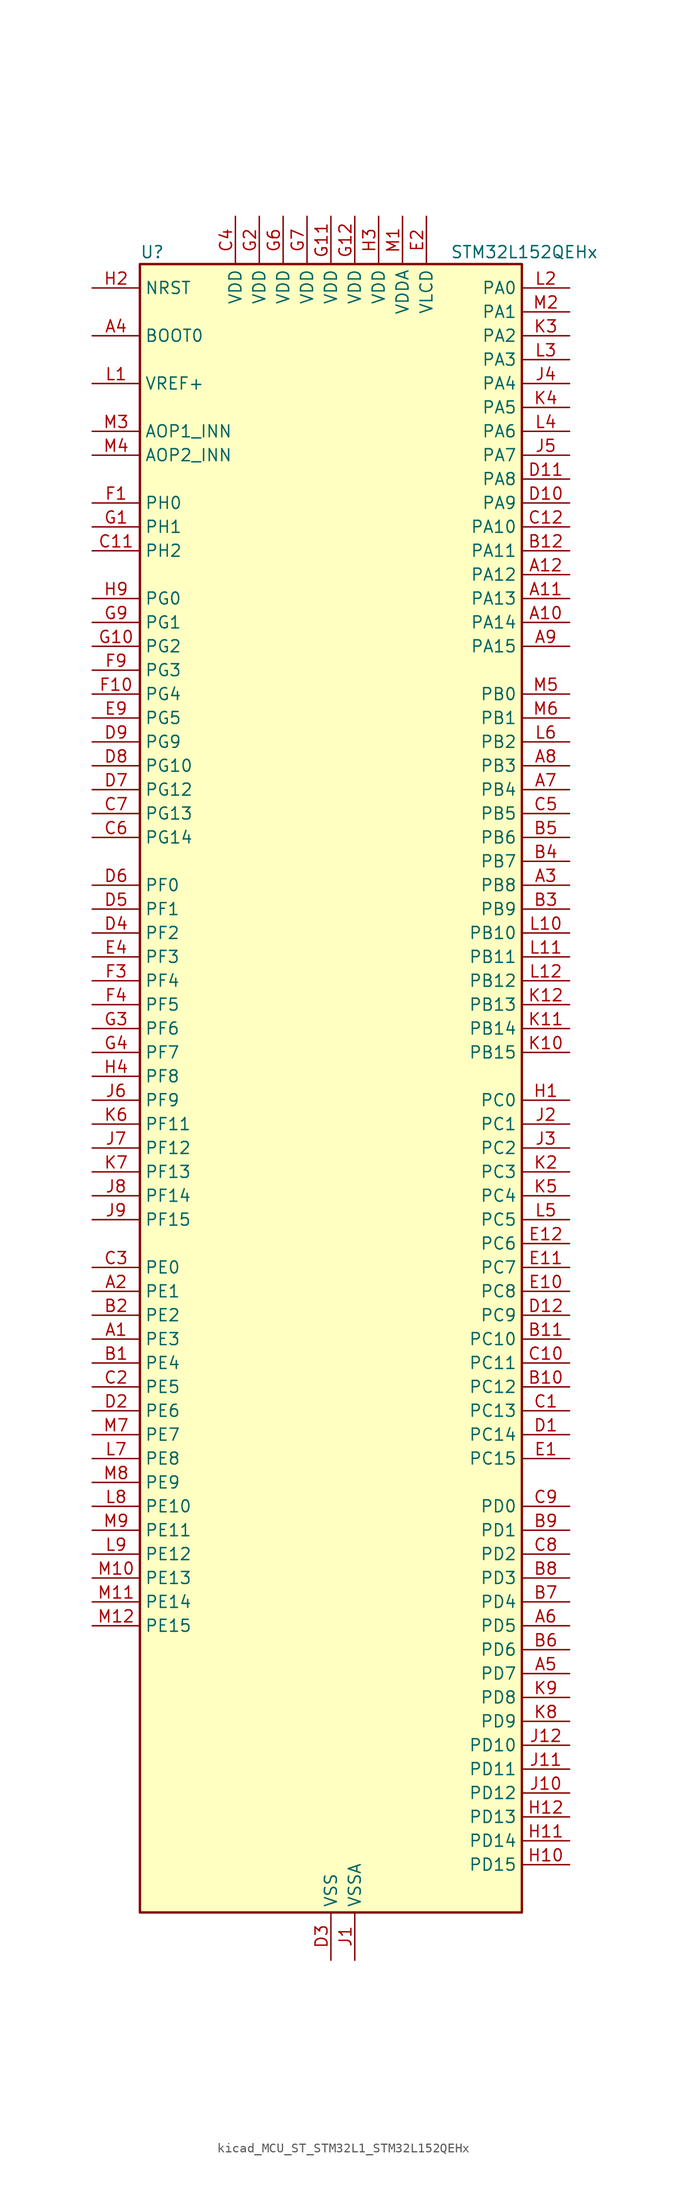
<source format=kicad_sym>
(kicad_symbol_lib
  (version 20220914)
  (generator kicad_symbol_editor)
  (symbol "kicad_MCU_ST_STM32L1_STM32L152QEHx"
    (property "Reference" "U"
      (at -20.32 90.17 0)
      (effects (font (size 1.27 1.27)) (justify left)))
    (property "Value" "STM32L152QEHx"
      (at 12.7 90.17 0)
      (effects (font (size 1.27 1.27)) (justify left)))
    (property "ki_locked" ""
      (at 0 0 0)
      (effects (font (size 1.27 1.27))))
    (symbol "kicad_MCU_ST_STM32L1_STM32L152QEHx_0_1"
      (rectangle (start -20.32 -86.36) (end 20.32 88.9) (stroke (width 0.254) (type default)) (fill (type background))))
    (symbol "kicad_MCU_ST_STM32L1_STM32L152QEHx_1_1"
      (pin bidirectional line (at -25.4 -25.4 0) (length 5.08) (name "PE3" (effects (font (size 1.27 1.27)))) (number "A1" (effects (font (size 1.27 1.27)))) (alternate "LCD_SEG39" bidirectional line) (alternate "SYS_TRACED0" bidirectional line) (alternate "TIM3_CH1" bidirectional line) (alternate "TIMX_IC4" bidirectional line))
      (pin bidirectional line (at 25.4 50.8 180) (length 5.08) (name "PA14" (effects (font (size 1.27 1.27)))) (number "A10" (effects (font (size 1.27 1.27)))) (alternate "SYS_JTCK-SWCLK" bidirectional line) (alternate "TIMX_IC3" bidirectional line) (alternate "TS_G5_IO2" bidirectional line))
      (pin bidirectional line (at 25.4 53.34 180) (length 5.08) (name "PA13" (effects (font (size 1.27 1.27)))) (number "A11" (effects (font (size 1.27 1.27)))) (alternate "SYS_JTMS-SWDIO" bidirectional line) (alternate "TIMX_IC2" bidirectional line) (alternate "TS_G5_IO1" bidirectional line))
      (pin bidirectional line (at 25.4 55.88 180) (length 5.08) (name "PA12" (effects (font (size 1.27 1.27)))) (number "A12" (effects (font (size 1.27 1.27)))) (alternate "SPI1_MOSI" bidirectional line) (alternate "TIMX_IC1" bidirectional line) (alternate "USART1_RTS" bidirectional line) (alternate "USB_DP" bidirectional line))
      (pin bidirectional line (at -25.4 -20.32 0) (length 5.08) (name "PE1" (effects (font (size 1.27 1.27)))) (number "A2" (effects (font (size 1.27 1.27)))) (alternate "LCD_SEG37" bidirectional line) (alternate "TIM11_CH1" bidirectional line) (alternate "TIMX_IC2" bidirectional line))
      (pin bidirectional line (at 25.4 22.86 180) (length 5.08) (name "PB8" (effects (font (size 1.27 1.27)))) (number "A3" (effects (font (size 1.27 1.27)))) (alternate "I2C1_SCL" bidirectional line) (alternate "LCD_SEG16" bidirectional line) (alternate "TIM10_CH1" bidirectional line) (alternate "TIM4_CH3" bidirectional line))
      (pin input line (at -25.4 81.28 0) (length 5.08) (name "BOOT0" (effects (font (size 1.27 1.27)))) (number "A4" (effects (font (size 1.27 1.27)))))
      (pin bidirectional line (at 25.4 -60.96 180) (length 5.08) (name "PD7" (effects (font (size 1.27 1.27)))) (number "A5" (effects (font (size 1.27 1.27)))) (alternate "TIM9_CH2" bidirectional line) (alternate "TIMX_IC4" bidirectional line) (alternate "USART2_CK" bidirectional line))
      (pin bidirectional line (at 25.4 -55.88 180) (length 5.08) (name "PD5" (effects (font (size 1.27 1.27)))) (number "A6" (effects (font (size 1.27 1.27)))) (alternate "TIMX_IC2" bidirectional line) (alternate "USART2_TX" bidirectional line))
      (pin bidirectional line (at 25.4 33.02 180) (length 5.08) (name "PB4" (effects (font (size 1.27 1.27)))) (number "A7" (effects (font (size 1.27 1.27)))) (alternate "COMP2_INP" bidirectional line) (alternate "LCD_SEG8" bidirectional line) (alternate "SPI1_MISO" bidirectional line) (alternate "SPI3_MISO" bidirectional line) (alternate "SYS_JTRST" bidirectional line) (alternate "TIM3_CH1" bidirectional line) (alternate "TS_G6_IO1" bidirectional line))
      (pin bidirectional line (at 25.4 35.56 180) (length 5.08) (name "PB3" (effects (font (size 1.27 1.27)))) (number "A8" (effects (font (size 1.27 1.27)))) (alternate "COMP2_INM" bidirectional line) (alternate "I2S3_CK" bidirectional line) (alternate "LCD_SEG7" bidirectional line) (alternate "SPI1_SCK" bidirectional line) (alternate "SPI3_SCK" bidirectional line) (alternate "SYS_JTDO-TRACESWO" bidirectional line) (alternate "TIM2_CH2" bidirectional line))
      (pin bidirectional line (at 25.4 48.26 180) (length 5.08) (name "PA15" (effects (font (size 1.27 1.27)))) (number "A9" (effects (font (size 1.27 1.27)))) (alternate "ADC_EXTI15" bidirectional line) (alternate "I2S3_WS" bidirectional line) (alternate "LCD_SEG17" bidirectional line) (alternate "SPI1_NSS" bidirectional line) (alternate "SPI3_NSS" bidirectional line) (alternate "SYS_JTDI" bidirectional line) (alternate "TIM2_CH1" bidirectional line) (alternate "TIM2_ETR" bidirectional line) (alternate "TIMX_IC4" bidirectional line) (alternate "TS_G5_IO3" bidirectional line))
      (pin bidirectional line (at -25.4 -27.94 0) (length 5.08) (name "PE4" (effects (font (size 1.27 1.27)))) (number "B1" (effects (font (size 1.27 1.27)))) (alternate "SYS_TRACED1" bidirectional line) (alternate "TIM3_CH2" bidirectional line) (alternate "TIMX_IC1" bidirectional line))
      (pin bidirectional line (at 25.4 -30.48 180) (length 5.08) (name "PC12" (effects (font (size 1.27 1.27)))) (number "B10" (effects (font (size 1.27 1.27)))) (alternate "I2S3_SD" bidirectional line) (alternate "LCD_COM6" bidirectional line) (alternate "LCD_SEG30" bidirectional line) (alternate "LCD_SEG42" bidirectional line) (alternate "SPI3_MOSI" bidirectional line) (alternate "TIMX_IC1" bidirectional line) (alternate "UART5_TX" bidirectional line) (alternate "USART3_CK" bidirectional line))
      (pin bidirectional line (at 25.4 -25.4 180) (length 5.08) (name "PC10" (effects (font (size 1.27 1.27)))) (number "B11" (effects (font (size 1.27 1.27)))) (alternate "I2S3_CK" bidirectional line) (alternate "LCD_COM4" bidirectional line) (alternate "LCD_SEG28" bidirectional line) (alternate "LCD_SEG40" bidirectional line) (alternate "SPI3_SCK" bidirectional line) (alternate "TIMX_IC3" bidirectional line) (alternate "UART4_TX" bidirectional line) (alternate "USART3_TX" bidirectional line))
      (pin bidirectional line (at 25.4 58.42 180) (length 5.08) (name "PA11" (effects (font (size 1.27 1.27)))) (number "B12" (effects (font (size 1.27 1.27)))) (alternate "ADC_EXTI11" bidirectional line) (alternate "SPI1_MISO" bidirectional line) (alternate "TIMX_IC4" bidirectional line) (alternate "USART1_CTS" bidirectional line) (alternate "USB_DM" bidirectional line))
      (pin bidirectional line (at -25.4 -22.86 0) (length 5.08) (name "PE2" (effects (font (size 1.27 1.27)))) (number "B2" (effects (font (size 1.27 1.27)))) (alternate "LCD_SEG38" bidirectional line) (alternate "SYS_TRACECK" bidirectional line) (alternate "TIM3_ETR" bidirectional line) (alternate "TIMX_IC3" bidirectional line))
      (pin bidirectional line (at 25.4 20.32 180) (length 5.08) (name "PB9" (effects (font (size 1.27 1.27)))) (number "B3" (effects (font (size 1.27 1.27)))) (alternate "DAC_EXTI9" bidirectional line) (alternate "I2C1_SDA" bidirectional line) (alternate "LCD_COM3" bidirectional line) (alternate "TIM11_CH1" bidirectional line) (alternate "TIM4_CH4" bidirectional line))
      (pin bidirectional line (at 25.4 25.4 180) (length 5.08) (name "PB7" (effects (font (size 1.27 1.27)))) (number "B4" (effects (font (size 1.27 1.27)))) (alternate "COMP2_INP" bidirectional line) (alternate "I2C1_SDA" bidirectional line) (alternate "SYS_PVD_IN" bidirectional line) (alternate "TIM4_CH2" bidirectional line) (alternate "TS_G6_IO4" bidirectional line) (alternate "USART1_RX" bidirectional line))
      (pin bidirectional line (at 25.4 27.94 180) (length 5.08) (name "PB6" (effects (font (size 1.27 1.27)))) (number "B5" (effects (font (size 1.27 1.27)))) (alternate "COMP2_INP" bidirectional line) (alternate "I2C1_SCL" bidirectional line) (alternate "TIM4_CH1" bidirectional line) (alternate "TS_G6_IO3" bidirectional line) (alternate "USART1_TX" bidirectional line))
      (pin bidirectional line (at 25.4 -58.42 180) (length 5.08) (name "PD6" (effects (font (size 1.27 1.27)))) (number "B6" (effects (font (size 1.27 1.27)))) (alternate "TIMX_IC3" bidirectional line) (alternate "USART2_RX" bidirectional line))
      (pin bidirectional line (at 25.4 -53.34 180) (length 5.08) (name "PD4" (effects (font (size 1.27 1.27)))) (number "B7" (effects (font (size 1.27 1.27)))) (alternate "I2S2_SD" bidirectional line) (alternate "SPI2_MOSI" bidirectional line) (alternate "TIMX_IC1" bidirectional line) (alternate "USART2_RTS" bidirectional line))
      (pin bidirectional line (at 25.4 -50.8 180) (length 5.08) (name "PD3" (effects (font (size 1.27 1.27)))) (number "B8" (effects (font (size 1.27 1.27)))) (alternate "SPI2_MISO" bidirectional line) (alternate "TIMX_IC4" bidirectional line) (alternate "USART2_CTS" bidirectional line))
      (pin bidirectional line (at 25.4 -45.72 180) (length 5.08) (name "PD1" (effects (font (size 1.27 1.27)))) (number "B9" (effects (font (size 1.27 1.27)))) (alternate "I2S2_CK" bidirectional line) (alternate "SPI2_SCK" bidirectional line) (alternate "TIMX_IC2" bidirectional line))
      (pin bidirectional line (at 25.4 -33.02 180) (length 5.08) (name "PC13" (effects (font (size 1.27 1.27)))) (number "C1" (effects (font (size 1.27 1.27)))) (alternate "RTC_OUT_ALARM" bidirectional line) (alternate "RTC_OUT_CALIB" bidirectional line) (alternate "RTC_TAMP1" bidirectional line) (alternate "RTC_TS" bidirectional line) (alternate "SYS_WKUP2" bidirectional line) (alternate "TIMX_IC2" bidirectional line))
      (pin bidirectional line (at 25.4 -27.94 180) (length 5.08) (name "PC11" (effects (font (size 1.27 1.27)))) (number "C10" (effects (font (size 1.27 1.27)))) (alternate "ADC_EXTI11" bidirectional line) (alternate "LCD_COM5" bidirectional line) (alternate "LCD_SEG29" bidirectional line) (alternate "LCD_SEG41" bidirectional line) (alternate "SPI3_MISO" bidirectional line) (alternate "TIMX_IC4" bidirectional line) (alternate "UART4_RX" bidirectional line) (alternate "USART3_RX" bidirectional line))
      (pin bidirectional line (at -25.4 58.42 0) (length 5.08) (name "PH2" (effects (font (size 1.27 1.27)))) (number "C11" (effects (font (size 1.27 1.27)))))
      (pin bidirectional line (at 25.4 60.96 180) (length 5.08) (name "PA10" (effects (font (size 1.27 1.27)))) (number "C12" (effects (font (size 1.27 1.27)))) (alternate "LCD_COM2" bidirectional line) (alternate "TIMX_IC3" bidirectional line) (alternate "TS_G4_IO3" bidirectional line) (alternate "USART1_RX" bidirectional line))
      (pin bidirectional line (at -25.4 -30.48 0) (length 5.08) (name "PE5" (effects (font (size 1.27 1.27)))) (number "C2" (effects (font (size 1.27 1.27)))) (alternate "SYS_TRACED2" bidirectional line) (alternate "TIM9_CH1" bidirectional line) (alternate "TIMX_IC2" bidirectional line))
      (pin bidirectional line (at -25.4 -17.78 0) (length 5.08) (name "PE0" (effects (font (size 1.27 1.27)))) (number "C3" (effects (font (size 1.27 1.27)))) (alternate "LCD_SEG36" bidirectional line) (alternate "TIM10_CH1" bidirectional line) (alternate "TIM4_ETR" bidirectional line) (alternate "TIMX_IC1" bidirectional line))
      (pin power_in line (at -10.16 93.98 270) (length 5.08) (name "VDD" (effects (font (size 1.27 1.27)))) (number "C4" (effects (font (size 1.27 1.27)))))
      (pin bidirectional line (at 25.4 30.48 180) (length 5.08) (name "PB5" (effects (font (size 1.27 1.27)))) (number "C5" (effects (font (size 1.27 1.27)))) (alternate "COMP2_INP" bidirectional line) (alternate "I2C1_SMBA" bidirectional line) (alternate "I2S3_SD" bidirectional line) (alternate "LCD_SEG9" bidirectional line) (alternate "SPI1_MOSI" bidirectional line) (alternate "SPI3_MOSI" bidirectional line) (alternate "TIM3_CH2" bidirectional line) (alternate "TS_G6_IO2" bidirectional line))
      (pin bidirectional line (at -25.4 27.94 0) (length 5.08) (name "PG14" (effects (font (size 1.27 1.27)))) (number "C6" (effects (font (size 1.27 1.27)))))
      (pin bidirectional line (at -25.4 30.48 0) (length 5.08) (name "PG13" (effects (font (size 1.27 1.27)))) (number "C7" (effects (font (size 1.27 1.27)))))
      (pin bidirectional line (at 25.4 -48.26 180) (length 5.08) (name "PD2" (effects (font (size 1.27 1.27)))) (number "C8" (effects (font (size 1.27 1.27)))) (alternate "LCD_COM7" bidirectional line) (alternate "LCD_SEG31" bidirectional line) (alternate "LCD_SEG43" bidirectional line) (alternate "TIM3_ETR" bidirectional line) (alternate "TIMX_IC3" bidirectional line) (alternate "UART5_RX" bidirectional line))
      (pin bidirectional line (at 25.4 -43.18 180) (length 5.08) (name "PD0" (effects (font (size 1.27 1.27)))) (number "C9" (effects (font (size 1.27 1.27)))) (alternate "I2S2_WS" bidirectional line) (alternate "SPI2_NSS" bidirectional line) (alternate "TIM9_CH1" bidirectional line) (alternate "TIMX_IC1" bidirectional line))
      (pin bidirectional line (at 25.4 -35.56 180) (length 5.08) (name "PC14" (effects (font (size 1.27 1.27)))) (number "D1" (effects (font (size 1.27 1.27)))) (alternate "RCC_OSC32_IN" bidirectional line) (alternate "TIMX_IC3" bidirectional line))
      (pin bidirectional line (at 25.4 63.5 180) (length 5.08) (name "PA9" (effects (font (size 1.27 1.27)))) (number "D10" (effects (font (size 1.27 1.27)))) (alternate "DAC_EXTI9" bidirectional line) (alternate "LCD_COM1" bidirectional line) (alternate "TIMX_IC2" bidirectional line) (alternate "TS_G4_IO2" bidirectional line) (alternate "USART1_TX" bidirectional line))
      (pin bidirectional line (at 25.4 66.04 180) (length 5.08) (name "PA8" (effects (font (size 1.27 1.27)))) (number "D11" (effects (font (size 1.27 1.27)))) (alternate "LCD_COM0" bidirectional line) (alternate "RCC_MCO" bidirectional line) (alternate "TIMX_IC1" bidirectional line) (alternate "TS_G4_IO1" bidirectional line) (alternate "USART1_CK" bidirectional line))
      (pin bidirectional line (at 25.4 -22.86 180) (length 5.08) (name "PC9" (effects (font (size 1.27 1.27)))) (number "D12" (effects (font (size 1.27 1.27)))) (alternate "DAC_EXTI9" bidirectional line) (alternate "LCD_SEG27" bidirectional line) (alternate "TIM3_CH4" bidirectional line) (alternate "TIMX_IC2" bidirectional line) (alternate "TS_G10_IO4" bidirectional line))
      (pin bidirectional line (at -25.4 -33.02 0) (length 5.08) (name "PE6" (effects (font (size 1.27 1.27)))) (number "D2" (effects (font (size 1.27 1.27)))) (alternate "RTC_TAMP3" bidirectional line) (alternate "SYS_TRACED3" bidirectional line) (alternate "SYS_WKUP3" bidirectional line) (alternate "TIM9_CH2" bidirectional line) (alternate "TIMX_IC3" bidirectional line))
      (pin power_in line (at 0 -91.44 90) (length 5.08) (name "VSS" (effects (font (size 1.27 1.27)))) (number "D3" (effects (font (size 1.27 1.27)))))
      (pin bidirectional line (at -25.4 17.78 0) (length 5.08) (name "PF2" (effects (font (size 1.27 1.27)))) (number "D4" (effects (font (size 1.27 1.27)))))
      (pin bidirectional line (at -25.4 20.32 0) (length 5.08) (name "PF1" (effects (font (size 1.27 1.27)))) (number "D5" (effects (font (size 1.27 1.27)))))
      (pin bidirectional line (at -25.4 22.86 0) (length 5.08) (name "PF0" (effects (font (size 1.27 1.27)))) (number "D6" (effects (font (size 1.27 1.27)))))
      (pin bidirectional line (at -25.4 33.02 0) (length 5.08) (name "PG12" (effects (font (size 1.27 1.27)))) (number "D7" (effects (font (size 1.27 1.27)))))
      (pin bidirectional line (at -25.4 35.56 0) (length 5.08) (name "PG10" (effects (font (size 1.27 1.27)))) (number "D8" (effects (font (size 1.27 1.27)))))
      (pin bidirectional line (at -25.4 38.1 0) (length 5.08) (name "PG9" (effects (font (size 1.27 1.27)))) (number "D9" (effects (font (size 1.27 1.27)))) (alternate "DAC_EXTI9" bidirectional line))
      (pin bidirectional line (at 25.4 -38.1 180) (length 5.08) (name "PC15" (effects (font (size 1.27 1.27)))) (number "E1" (effects (font (size 1.27 1.27)))) (alternate "ADC_EXTI15" bidirectional line) (alternate "RCC_OSC32_OUT" bidirectional line) (alternate "TIMX_IC4" bidirectional line))
      (pin bidirectional line (at 25.4 -20.32 180) (length 5.08) (name "PC8" (effects (font (size 1.27 1.27)))) (number "E10" (effects (font (size 1.27 1.27)))) (alternate "LCD_SEG26" bidirectional line) (alternate "TIM3_CH3" bidirectional line) (alternate "TIMX_IC1" bidirectional line) (alternate "TS_G10_IO3" bidirectional line))
      (pin bidirectional line (at 25.4 -17.78 180) (length 5.08) (name "PC7" (effects (font (size 1.27 1.27)))) (number "E11" (effects (font (size 1.27 1.27)))) (alternate "I2S3_MCK" bidirectional line) (alternate "LCD_SEG25" bidirectional line) (alternate "TIM3_CH2" bidirectional line) (alternate "TIMX_IC4" bidirectional line) (alternate "TS_G10_IO2" bidirectional line))
      (pin bidirectional line (at 25.4 -15.24 180) (length 5.08) (name "PC6" (effects (font (size 1.27 1.27)))) (number "E12" (effects (font (size 1.27 1.27)))) (alternate "I2S2_MCK" bidirectional line) (alternate "LCD_SEG24" bidirectional line) (alternate "TIM3_CH1" bidirectional line) (alternate "TIMX_IC3" bidirectional line) (alternate "TS_G10_IO1" bidirectional line))
      (pin power_in line (at 10.16 93.98 270) (length 5.08) (name "VLCD" (effects (font (size 1.27 1.27)))) (number "E2" (effects (font (size 1.27 1.27)))))
      (pin passive line (at 0 -91.44 90) (length 5.08) hide (name "VSS" (effects (font (size 1.27 1.27)))) (number "E3" (effects (font (size 1.27 1.27)))))
      (pin bidirectional line (at -25.4 15.24 0) (length 5.08) (name "PF3" (effects (font (size 1.27 1.27)))) (number "E4" (effects (font (size 1.27 1.27)))))
      (pin bidirectional line (at -25.4 40.64 0) (length 5.08) (name "PG5" (effects (font (size 1.27 1.27)))) (number "E9" (effects (font (size 1.27 1.27)))))
      (pin bidirectional line (at -25.4 63.5 0) (length 5.08) (name "PH0" (effects (font (size 1.27 1.27)))) (number "F1" (effects (font (size 1.27 1.27)))) (alternate "RCC_OSC_IN" bidirectional line))
      (pin bidirectional line (at -25.4 43.18 0) (length 5.08) (name "PG4" (effects (font (size 1.27 1.27)))) (number "F10" (effects (font (size 1.27 1.27)))) (alternate "ADC_IN12b" bidirectional line) (alternate "TS_G7_IO7" bidirectional line))
      (pin passive line (at 0 -91.44 90) (length 5.08) hide (name "VSS" (effects (font (size 1.27 1.27)))) (number "F11" (effects (font (size 1.27 1.27)))))
      (pin passive line (at 0 -91.44 90) (length 5.08) hide (name "VSS" (effects (font (size 1.27 1.27)))) (number "F12" (effects (font (size 1.27 1.27)))))
      (pin passive line (at 0 -91.44 90) (length 5.08) hide (name "VSS" (effects (font (size 1.27 1.27)))) (number "F2" (effects (font (size 1.27 1.27)))))
      (pin bidirectional line (at -25.4 12.7 0) (length 5.08) (name "PF4" (effects (font (size 1.27 1.27)))) (number "F3" (effects (font (size 1.27 1.27)))))
      (pin bidirectional line (at -25.4 10.16 0) (length 5.08) (name "PF5" (effects (font (size 1.27 1.27)))) (number "F4" (effects (font (size 1.27 1.27)))))
      (pin passive line (at 0 -91.44 90) (length 5.08) hide (name "VSS" (effects (font (size 1.27 1.27)))) (number "F6" (effects (font (size 1.27 1.27)))))
      (pin passive line (at 0 -91.44 90) (length 5.08) hide (name "VSS" (effects (font (size 1.27 1.27)))) (number "F7" (effects (font (size 1.27 1.27)))))
      (pin bidirectional line (at -25.4 45.72 0) (length 5.08) (name "PG3" (effects (font (size 1.27 1.27)))) (number "F9" (effects (font (size 1.27 1.27)))) (alternate "ADC_IN11b" bidirectional line) (alternate "TS_G7_IO6" bidirectional line))
      (pin bidirectional line (at -25.4 60.96 0) (length 5.08) (name "PH1" (effects (font (size 1.27 1.27)))) (number "G1" (effects (font (size 1.27 1.27)))) (alternate "RCC_OSC_OUT" bidirectional line))
      (pin bidirectional line (at -25.4 48.26 0) (length 5.08) (name "PG2" (effects (font (size 1.27 1.27)))) (number "G10" (effects (font (size 1.27 1.27)))) (alternate "ADC_IN10b" bidirectional line) (alternate "TS_G7_IO5" bidirectional line))
      (pin power_in line (at 0 93.98 270) (length 5.08) (name "VDD" (effects (font (size 1.27 1.27)))) (number "G11" (effects (font (size 1.27 1.27)))))
      (pin power_in line (at 2.54 93.98 270) (length 5.08) (name "VDD" (effects (font (size 1.27 1.27)))) (number "G12" (effects (font (size 1.27 1.27)))))
      (pin power_in line (at -7.62 93.98 270) (length 5.08) (name "VDD" (effects (font (size 1.27 1.27)))) (number "G2" (effects (font (size 1.27 1.27)))))
      (pin bidirectional line (at -25.4 7.62 0) (length 5.08) (name "PF6" (effects (font (size 1.27 1.27)))) (number "G3" (effects (font (size 1.27 1.27)))) (alternate "ADC_IN27" bidirectional line) (alternate "TIM5_CH1" bidirectional line) (alternate "TIM5_ETR" bidirectional line) (alternate "TS_G11_IO1" bidirectional line))
      (pin bidirectional line (at -25.4 5.08 0) (length 5.08) (name "PF7" (effects (font (size 1.27 1.27)))) (number "G4" (effects (font (size 1.27 1.27)))) (alternate "ADC_IN28" bidirectional line) (alternate "COMP1_INP" bidirectional line) (alternate "TIM5_CH2" bidirectional line) (alternate "TS_G11_IO2" bidirectional line))
      (pin power_in line (at -5.08 93.98 270) (length 5.08) (name "VDD" (effects (font (size 1.27 1.27)))) (number "G6" (effects (font (size 1.27 1.27)))))
      (pin power_in line (at -2.54 93.98 270) (length 5.08) (name "VDD" (effects (font (size 1.27 1.27)))) (number "G7" (effects (font (size 1.27 1.27)))))
      (pin bidirectional line (at -25.4 50.8 0) (length 5.08) (name "PG1" (effects (font (size 1.27 1.27)))) (number "G9" (effects (font (size 1.27 1.27)))) (alternate "ADC_IN9b" bidirectional line) (alternate "TS_G2_IO5" bidirectional line))
      (pin bidirectional line (at 25.4 0 180) (length 5.08) (name "PC0" (effects (font (size 1.27 1.27)))) (number "H1" (effects (font (size 1.27 1.27)))) (alternate "ADC_IN10" bidirectional line) (alternate "COMP1_INP" bidirectional line) (alternate "LCD_SEG18" bidirectional line) (alternate "TIMX_IC1" bidirectional line) (alternate "TS_G8_IO1" bidirectional line))
      (pin bidirectional line (at 25.4 -81.28 180) (length 5.08) (name "PD15" (effects (font (size 1.27 1.27)))) (number "H10" (effects (font (size 1.27 1.27)))) (alternate "ADC_EXTI15" bidirectional line) (alternate "LCD_SEG35" bidirectional line) (alternate "TIM4_CH4" bidirectional line) (alternate "TIMX_IC4" bidirectional line))
      (pin bidirectional line (at 25.4 -78.74 180) (length 5.08) (name "PD14" (effects (font (size 1.27 1.27)))) (number "H11" (effects (font (size 1.27 1.27)))) (alternate "LCD_SEG34" bidirectional line) (alternate "TIM4_CH3" bidirectional line) (alternate "TIMX_IC3" bidirectional line))
      (pin bidirectional line (at 25.4 -76.2 180) (length 5.08) (name "PD13" (effects (font (size 1.27 1.27)))) (number "H12" (effects (font (size 1.27 1.27)))) (alternate "LCD_SEG33" bidirectional line) (alternate "TIM4_CH2" bidirectional line) (alternate "TIMX_IC2" bidirectional line))
      (pin input line (at -25.4 86.36 0) (length 5.08) (name "NRST" (effects (font (size 1.27 1.27)))) (number "H2" (effects (font (size 1.27 1.27)))))
      (pin power_in line (at 5.08 93.98 270) (length 5.08) (name "VDD" (effects (font (size 1.27 1.27)))) (number "H3" (effects (font (size 1.27 1.27)))))
      (pin bidirectional line (at -25.4 2.54 0) (length 5.08) (name "PF8" (effects (font (size 1.27 1.27)))) (number "H4" (effects (font (size 1.27 1.27)))) (alternate "ADC_IN29" bidirectional line) (alternate "COMP1_INP" bidirectional line) (alternate "TIM5_CH3" bidirectional line) (alternate "TS_G11_IO3" bidirectional line))
      (pin bidirectional line (at -25.4 53.34 0) (length 5.08) (name "PG0" (effects (font (size 1.27 1.27)))) (number "H9" (effects (font (size 1.27 1.27)))) (alternate "ADC_IN8b" bidirectional line) (alternate "TS_G2_IO4" bidirectional line))
      (pin power_in line (at 2.54 -91.44 90) (length 5.08) (name "VSSA" (effects (font (size 1.27 1.27)))) (number "J1" (effects (font (size 1.27 1.27)))))
      (pin bidirectional line (at 25.4 -73.66 180) (length 5.08) (name "PD12" (effects (font (size 1.27 1.27)))) (number "J10" (effects (font (size 1.27 1.27)))) (alternate "LCD_SEG32" bidirectional line) (alternate "TIM4_CH1" bidirectional line) (alternate "TIMX_IC1" bidirectional line) (alternate "USART3_RTS" bidirectional line))
      (pin bidirectional line (at 25.4 -71.12 180) (length 5.08) (name "PD11" (effects (font (size 1.27 1.27)))) (number "J11" (effects (font (size 1.27 1.27)))) (alternate "ADC_EXTI11" bidirectional line) (alternate "LCD_SEG31" bidirectional line) (alternate "TIMX_IC4" bidirectional line) (alternate "USART3_CTS" bidirectional line))
      (pin bidirectional line (at 25.4 -68.58 180) (length 5.08) (name "PD10" (effects (font (size 1.27 1.27)))) (number "J12" (effects (font (size 1.27 1.27)))) (alternate "LCD_SEG30" bidirectional line) (alternate "TIMX_IC3" bidirectional line) (alternate "USART3_CK" bidirectional line))
      (pin bidirectional line (at 25.4 -2.54 180) (length 5.08) (name "PC1" (effects (font (size 1.27 1.27)))) (number "J2" (effects (font (size 1.27 1.27)))) (alternate "ADC_IN11" bidirectional line) (alternate "COMP1_INP" bidirectional line) (alternate "LCD_SEG19" bidirectional line) (alternate "TIMX_IC2" bidirectional line) (alternate "TS_G8_IO2" bidirectional line))
      (pin bidirectional line (at 25.4 -5.08 180) (length 5.08) (name "PC2" (effects (font (size 1.27 1.27)))) (number "J3" (effects (font (size 1.27 1.27)))) (alternate "ADC_IN12" bidirectional line) (alternate "COMP1_INP" bidirectional line) (alternate "LCD_SEG20" bidirectional line) (alternate "TIMX_IC3" bidirectional line) (alternate "TS_G8_IO3" bidirectional line))
      (pin bidirectional line (at 25.4 76.2 180) (length 5.08) (name "PA4" (effects (font (size 1.27 1.27)))) (number "J4" (effects (font (size 1.27 1.27)))) (alternate "ADC_IN4" bidirectional line) (alternate "COMP1_INP" bidirectional line) (alternate "DAC_OUT1" bidirectional line) (alternate "I2S3_WS" bidirectional line) (alternate "SPI1_NSS" bidirectional line) (alternate "SPI3_NSS" bidirectional line) (alternate "TIMX_IC1" bidirectional line) (alternate "USART2_CK" bidirectional line))
      (pin bidirectional line (at 25.4 68.58 180) (length 5.08) (name "PA7" (effects (font (size 1.27 1.27)))) (number "J5" (effects (font (size 1.27 1.27)))) (alternate "ADC_IN7" bidirectional line) (alternate "COMP1_INP" bidirectional line) (alternate "LCD_SEG4" bidirectional line) (alternate "SPI1_MOSI" bidirectional line) (alternate "TIM11_CH1" bidirectional line) (alternate "TIM3_CH2" bidirectional line) (alternate "TIMX_IC4" bidirectional line) (alternate "TS_G2_IO2" bidirectional line))
      (pin bidirectional line (at -25.4 0 0) (length 5.08) (name "PF9" (effects (font (size 1.27 1.27)))) (number "J6" (effects (font (size 1.27 1.27)))) (alternate "ADC_IN30" bidirectional line) (alternate "COMP1_INP" bidirectional line) (alternate "DAC_EXTI9" bidirectional line) (alternate "TIM5_CH4" bidirectional line) (alternate "TS_G11_IO4" bidirectional line))
      (pin bidirectional line (at -25.4 -5.08 0) (length 5.08) (name "PF12" (effects (font (size 1.27 1.27)))) (number "J7" (effects (font (size 1.27 1.27)))) (alternate "ADC_IN2b" bidirectional line) (alternate "TS_G3_IO5" bidirectional line))
      (pin bidirectional line (at -25.4 -10.16 0) (length 5.08) (name "PF14" (effects (font (size 1.27 1.27)))) (number "J8" (effects (font (size 1.27 1.27)))) (alternate "ADC_IN6b" bidirectional line) (alternate "TS_G9_IO4" bidirectional line))
      (pin bidirectional line (at -25.4 -12.7 0) (length 5.08) (name "PF15" (effects (font (size 1.27 1.27)))) (number "J9" (effects (font (size 1.27 1.27)))) (alternate "ADC_EXTI15" bidirectional line) (alternate "ADC_IN7b" bidirectional line) (alternate "TS_G2_IO3" bidirectional line))
      (pin no_connect line (at -20.32 -86.36 0) (length 5.08) hide (name "NC" (effects (font (size 1.27 1.27)))) (number "K1" (effects (font (size 1.27 1.27)))))
      (pin bidirectional line (at 25.4 5.08 180) (length 5.08) (name "PB15" (effects (font (size 1.27 1.27)))) (number "K10" (effects (font (size 1.27 1.27)))) (alternate "ADC_EXTI15" bidirectional line) (alternate "ADC_IN21" bidirectional line) (alternate "COMP1_INP" bidirectional line) (alternate "I2S2_SD" bidirectional line) (alternate "LCD_SEG15" bidirectional line) (alternate "RTC_REFIN" bidirectional line) (alternate "SPI2_MOSI" bidirectional line) (alternate "TIM11_CH1" bidirectional line) (alternate "TS_G7_IO4" bidirectional line))
      (pin bidirectional line (at 25.4 7.62 180) (length 5.08) (name "PB14" (effects (font (size 1.27 1.27)))) (number "K11" (effects (font (size 1.27 1.27)))) (alternate "ADC_IN20" bidirectional line) (alternate "COMP1_INP" bidirectional line) (alternate "LCD_SEG14" bidirectional line) (alternate "SPI2_MISO" bidirectional line) (alternate "TIM9_CH2" bidirectional line) (alternate "TS_G7_IO3" bidirectional line) (alternate "USART3_RTS" bidirectional line))
      (pin bidirectional line (at 25.4 10.16 180) (length 5.08) (name "PB13" (effects (font (size 1.27 1.27)))) (number "K12" (effects (font (size 1.27 1.27)))) (alternate "ADC_IN19" bidirectional line) (alternate "COMP1_INP" bidirectional line) (alternate "I2S2_CK" bidirectional line) (alternate "LCD_SEG13" bidirectional line) (alternate "SPI2_SCK" bidirectional line) (alternate "TIM9_CH1" bidirectional line) (alternate "TS_G7_IO2" bidirectional line) (alternate "USART3_CTS" bidirectional line))
      (pin bidirectional line (at 25.4 -7.62 180) (length 5.08) (name "PC3" (effects (font (size 1.27 1.27)))) (number "K2" (effects (font (size 1.27 1.27)))) (alternate "ADC_IN13" bidirectional line) (alternate "COMP1_INP" bidirectional line) (alternate "LCD_SEG21" bidirectional line) (alternate "TIMX_IC4" bidirectional line) (alternate "TS_G8_IO4" bidirectional line))
      (pin bidirectional line (at 25.4 81.28 180) (length 5.08) (name "PA2" (effects (font (size 1.27 1.27)))) (number "K3" (effects (font (size 1.27 1.27)))) (alternate "ADC_IN2" bidirectional line) (alternate "COMP1_INP" bidirectional line) (alternate "LCD_SEG1" bidirectional line) (alternate "TIM2_CH3" bidirectional line) (alternate "TIM5_CH3" bidirectional line) (alternate "TIM9_CH1" bidirectional line) (alternate "TIMX_IC3" bidirectional line) (alternate "TS_G1_IO3" bidirectional line) (alternate "USART2_TX" bidirectional line))
      (pin bidirectional line (at 25.4 73.66 180) (length 5.08) (name "PA5" (effects (font (size 1.27 1.27)))) (number "K4" (effects (font (size 1.27 1.27)))) (alternate "ADC_IN5" bidirectional line) (alternate "COMP1_INP" bidirectional line) (alternate "DAC_OUT2" bidirectional line) (alternate "SPI1_SCK" bidirectional line) (alternate "TIM2_CH1" bidirectional line) (alternate "TIM2_ETR" bidirectional line) (alternate "TIMX_IC2" bidirectional line))
      (pin bidirectional line (at 25.4 -10.16 180) (length 5.08) (name "PC4" (effects (font (size 1.27 1.27)))) (number "K5" (effects (font (size 1.27 1.27)))) (alternate "ADC_IN14" bidirectional line) (alternate "COMP1_INP" bidirectional line) (alternate "LCD_SEG22" bidirectional line) (alternate "TIMX_IC1" bidirectional line) (alternate "TS_G9_IO1" bidirectional line))
      (pin bidirectional line (at -25.4 -2.54 0) (length 5.08) (name "PF11" (effects (font (size 1.27 1.27)))) (number "K6" (effects (font (size 1.27 1.27)))) (alternate "ADC_EXTI11" bidirectional line) (alternate "ADC_IN1b" bidirectional line) (alternate "TS_G3_IO4" bidirectional line))
      (pin bidirectional line (at -25.4 -7.62 0) (length 5.08) (name "PF13" (effects (font (size 1.27 1.27)))) (number "K7" (effects (font (size 1.27 1.27)))) (alternate "ADC_IN3b" bidirectional line) (alternate "TS_G9_IO3" bidirectional line))
      (pin bidirectional line (at 25.4 -66.04 180) (length 5.08) (name "PD9" (effects (font (size 1.27 1.27)))) (number "K8" (effects (font (size 1.27 1.27)))) (alternate "DAC_EXTI9" bidirectional line) (alternate "LCD_SEG29" bidirectional line) (alternate "TIMX_IC2" bidirectional line) (alternate "USART3_RX" bidirectional line))
      (pin bidirectional line (at 25.4 -63.5 180) (length 5.08) (name "PD8" (effects (font (size 1.27 1.27)))) (number "K9" (effects (font (size 1.27 1.27)))) (alternate "LCD_SEG28" bidirectional line) (alternate "TIMX_IC1" bidirectional line) (alternate "USART3_TX" bidirectional line))
      (pin input line (at -25.4 76.2 0) (length 5.08) (name "VREF+" (effects (font (size 1.27 1.27)))) (number "L1" (effects (font (size 1.27 1.27)))))
      (pin bidirectional line (at 25.4 17.78 180) (length 5.08) (name "PB10" (effects (font (size 1.27 1.27)))) (number "L10" (effects (font (size 1.27 1.27)))) (alternate "I2C2_SCL" bidirectional line) (alternate "LCD_SEG10" bidirectional line) (alternate "TIM2_CH3" bidirectional line) (alternate "USART3_TX" bidirectional line))
      (pin bidirectional line (at 25.4 15.24 180) (length 5.08) (name "PB11" (effects (font (size 1.27 1.27)))) (number "L11" (effects (font (size 1.27 1.27)))) (alternate "ADC_EXTI11" bidirectional line) (alternate "I2C2_SDA" bidirectional line) (alternate "LCD_SEG11" bidirectional line) (alternate "TIM2_CH4" bidirectional line) (alternate "USART3_RX" bidirectional line))
      (pin bidirectional line (at 25.4 12.7 180) (length 5.08) (name "PB12" (effects (font (size 1.27 1.27)))) (number "L12" (effects (font (size 1.27 1.27)))) (alternate "ADC_IN18" bidirectional line) (alternate "COMP1_INP" bidirectional line) (alternate "I2C2_SMBA" bidirectional line) (alternate "I2S2_WS" bidirectional line) (alternate "LCD_SEG12" bidirectional line) (alternate "SPI2_NSS" bidirectional line) (alternate "TIM10_CH1" bidirectional line) (alternate "TS_G7_IO1" bidirectional line) (alternate "USART3_CK" bidirectional line))
      (pin bidirectional line (at 25.4 86.36 180) (length 5.08) (name "PA0" (effects (font (size 1.27 1.27)))) (number "L2" (effects (font (size 1.27 1.27)))) (alternate "ADC_IN0" bidirectional line) (alternate "COMP1_INP" bidirectional line) (alternate "RTC_TAMP2" bidirectional line) (alternate "SYS_WKUP1" bidirectional line) (alternate "TIM2_CH1" bidirectional line) (alternate "TIM2_ETR" bidirectional line) (alternate "TIM5_CH1" bidirectional line) (alternate "TIMX_IC1" bidirectional line) (alternate "TS_G1_IO1" bidirectional line) (alternate "USART2_CTS" bidirectional line))
      (pin bidirectional line (at 25.4 78.74 180) (length 5.08) (name "PA3" (effects (font (size 1.27 1.27)))) (number "L3" (effects (font (size 1.27 1.27)))) (alternate "ADC_IN3" bidirectional line) (alternate "COMP1_INP" bidirectional line) (alternate "LCD_SEG2" bidirectional line) (alternate "OPAMP1_VOUT" bidirectional line) (alternate "TIM2_CH4" bidirectional line) (alternate "TIM5_CH4" bidirectional line) (alternate "TIM9_CH2" bidirectional line) (alternate "TIMX_IC4" bidirectional line) (alternate "TS_G1_IO4" bidirectional line) (alternate "USART2_RX" bidirectional line))
      (pin bidirectional line (at 25.4 71.12 180) (length 5.08) (name "PA6" (effects (font (size 1.27 1.27)))) (number "L4" (effects (font (size 1.27 1.27)))) (alternate "ADC_IN6" bidirectional line) (alternate "COMP1_INP" bidirectional line) (alternate "LCD_SEG3" bidirectional line) (alternate "OPAMP2_VINP" bidirectional line) (alternate "SPI1_MISO" bidirectional line) (alternate "TIM10_CH1" bidirectional line) (alternate "TIM3_CH1" bidirectional line) (alternate "TIMX_IC3" bidirectional line) (alternate "TS_G2_IO1" bidirectional line))
      (pin bidirectional line (at 25.4 -12.7 180) (length 5.08) (name "PC5" (effects (font (size 1.27 1.27)))) (number "L5" (effects (font (size 1.27 1.27)))) (alternate "ADC_IN15" bidirectional line) (alternate "COMP1_INP" bidirectional line) (alternate "LCD_SEG23" bidirectional line) (alternate "TIMX_IC2" bidirectional line) (alternate "TS_G9_IO2" bidirectional line))
      (pin bidirectional line (at 25.4 38.1 180) (length 5.08) (name "PB2" (effects (font (size 1.27 1.27)))) (number "L6" (effects (font (size 1.27 1.27)))) (alternate "ADC_IN0b" bidirectional line) (alternate "TS_G3_IO3" bidirectional line))
      (pin bidirectional line (at -25.4 -38.1 0) (length 5.08) (name "PE8" (effects (font (size 1.27 1.27)))) (number "L7" (effects (font (size 1.27 1.27)))) (alternate "ADC_IN23" bidirectional line) (alternate "COMP1_INP" bidirectional line) (alternate "TIMX_IC1" bidirectional line))
      (pin bidirectional line (at -25.4 -43.18 0) (length 5.08) (name "PE10" (effects (font (size 1.27 1.27)))) (number "L8" (effects (font (size 1.27 1.27)))) (alternate "ADC_IN25" bidirectional line) (alternate "COMP1_INP" bidirectional line) (alternate "TIM2_CH2" bidirectional line) (alternate "TIMX_IC3" bidirectional line))
      (pin bidirectional line (at -25.4 -48.26 0) (length 5.08) (name "PE12" (effects (font (size 1.27 1.27)))) (number "L9" (effects (font (size 1.27 1.27)))) (alternate "SPI1_NSS" bidirectional line) (alternate "TIM2_CH4" bidirectional line) (alternate "TIMX_IC1" bidirectional line))
      (pin power_in line (at 7.62 93.98 270) (length 5.08) (name "VDDA" (effects (font (size 1.27 1.27)))) (number "M1" (effects (font (size 1.27 1.27)))))
      (pin bidirectional line (at -25.4 -50.8 0) (length 5.08) (name "PE13" (effects (font (size 1.27 1.27)))) (number "M10" (effects (font (size 1.27 1.27)))) (alternate "SPI1_SCK" bidirectional line) (alternate "TIMX_IC2" bidirectional line))
      (pin bidirectional line (at -25.4 -53.34 0) (length 5.08) (name "PE14" (effects (font (size 1.27 1.27)))) (number "M11" (effects (font (size 1.27 1.27)))) (alternate "SPI1_MISO" bidirectional line) (alternate "TIMX_IC3" bidirectional line))
      (pin bidirectional line (at -25.4 -55.88 0) (length 5.08) (name "PE15" (effects (font (size 1.27 1.27)))) (number "M12" (effects (font (size 1.27 1.27)))) (alternate "ADC_EXTI15" bidirectional line) (alternate "SPI1_MOSI" bidirectional line) (alternate "TIMX_IC4" bidirectional line))
      (pin bidirectional line (at 25.4 83.82 180) (length 5.08) (name "PA1" (effects (font (size 1.27 1.27)))) (number "M2" (effects (font (size 1.27 1.27)))) (alternate "ADC_IN1" bidirectional line) (alternate "COMP1_INP" bidirectional line) (alternate "LCD_SEG0" bidirectional line) (alternate "OPAMP1_VINP" bidirectional line) (alternate "TIM2_CH2" bidirectional line) (alternate "TIM5_CH2" bidirectional line) (alternate "TIMX_IC2" bidirectional line) (alternate "TS_G1_IO2" bidirectional line) (alternate "USART2_RTS" bidirectional line))
      (pin input line (at -25.4 71.12 0) (length 5.08) (name "AOP1_INN" (effects (font (size 1.27 1.27)))) (number "M3" (effects (font (size 1.27 1.27)))) (alternate "OPAMP1_VINM" bidirectional line))
      (pin input line (at -25.4 68.58 0) (length 5.08) (name "AOP2_INN" (effects (font (size 1.27 1.27)))) (number "M4" (effects (font (size 1.27 1.27)))) (alternate "OPAMP2_VINM" bidirectional line))
      (pin bidirectional line (at 25.4 43.18 180) (length 5.08) (name "PB0" (effects (font (size 1.27 1.27)))) (number "M5" (effects (font (size 1.27 1.27)))) (alternate "ADC_IN8" bidirectional line) (alternate "COMP1_INP" bidirectional line) (alternate "LCD_SEG5" bidirectional line) (alternate "OPAMP2_VOUT" bidirectional line) (alternate "SYS_V_REF_OUT" bidirectional line) (alternate "TIM3_CH3" bidirectional line) (alternate "TS_G3_IO1" bidirectional line))
      (pin bidirectional line (at 25.4 40.64 180) (length 5.08) (name "PB1" (effects (font (size 1.27 1.27)))) (number "M6" (effects (font (size 1.27 1.27)))) (alternate "ADC_IN9" bidirectional line) (alternate "COMP1_INP" bidirectional line) (alternate "LCD_SEG6" bidirectional line) (alternate "SYS_V_REF_OUT" bidirectional line) (alternate "TIM3_CH4" bidirectional line) (alternate "TS_G3_IO2" bidirectional line))
      (pin bidirectional line (at -25.4 -35.56 0) (length 5.08) (name "PE7" (effects (font (size 1.27 1.27)))) (number "M7" (effects (font (size 1.27 1.27)))) (alternate "ADC_IN22" bidirectional line) (alternate "COMP1_INP" bidirectional line) (alternate "TIMX_IC4" bidirectional line))
      (pin bidirectional line (at -25.4 -40.64 0) (length 5.08) (name "PE9" (effects (font (size 1.27 1.27)))) (number "M8" (effects (font (size 1.27 1.27)))) (alternate "ADC_IN24" bidirectional line) (alternate "COMP1_INP" bidirectional line) (alternate "DAC_EXTI9" bidirectional line) (alternate "TIM2_CH1" bidirectional line) (alternate "TIM2_ETR" bidirectional line) (alternate "TIMX_IC2" bidirectional line))
      (pin bidirectional line (at -25.4 -45.72 0) (length 5.08) (name "PE11" (effects (font (size 1.27 1.27)))) (number "M9" (effects (font (size 1.27 1.27)))) (alternate "ADC_EXTI11" bidirectional line) (alternate "TIM2_CH3" bidirectional line) (alternate "TIMX_IC4" bidirectional line)))))
</source>
